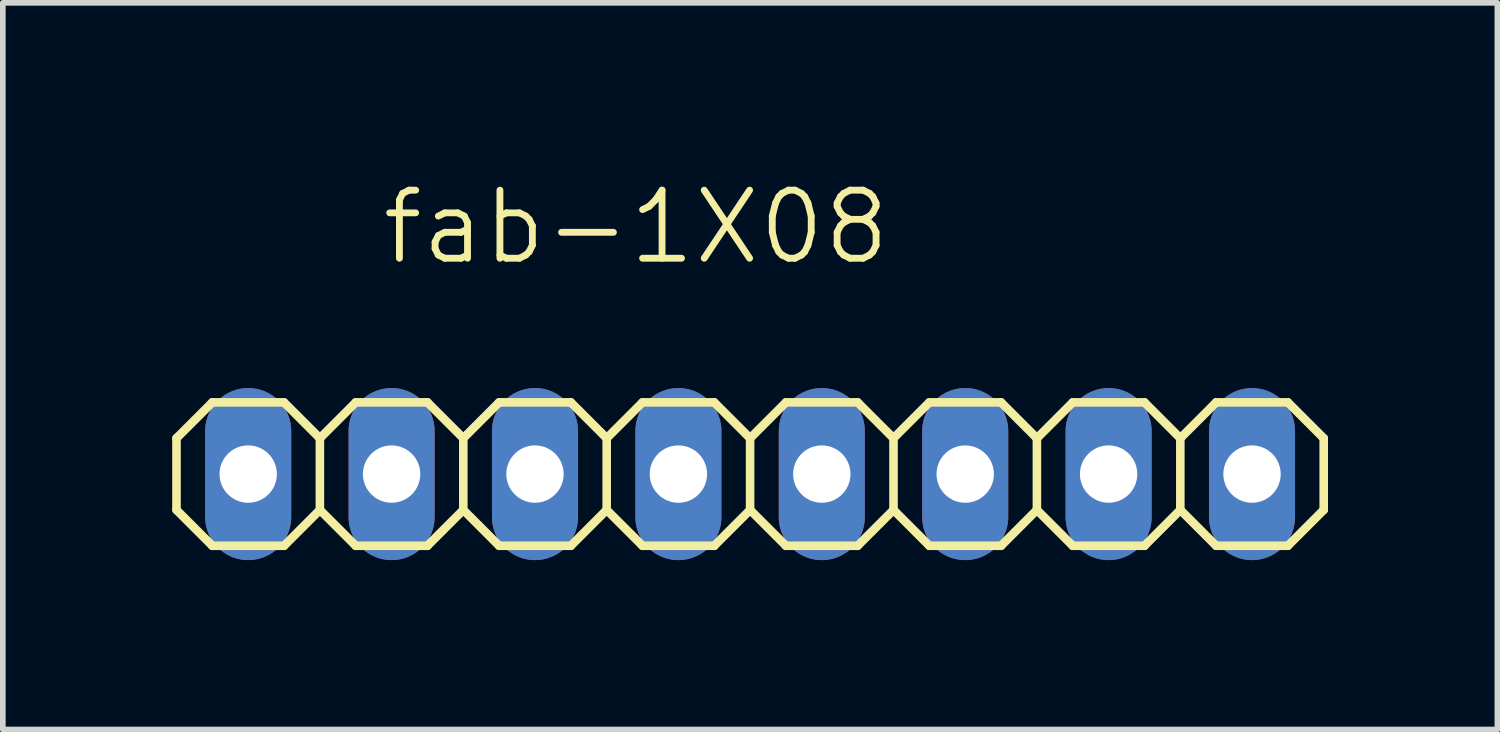
<source format=kicad_pcb>
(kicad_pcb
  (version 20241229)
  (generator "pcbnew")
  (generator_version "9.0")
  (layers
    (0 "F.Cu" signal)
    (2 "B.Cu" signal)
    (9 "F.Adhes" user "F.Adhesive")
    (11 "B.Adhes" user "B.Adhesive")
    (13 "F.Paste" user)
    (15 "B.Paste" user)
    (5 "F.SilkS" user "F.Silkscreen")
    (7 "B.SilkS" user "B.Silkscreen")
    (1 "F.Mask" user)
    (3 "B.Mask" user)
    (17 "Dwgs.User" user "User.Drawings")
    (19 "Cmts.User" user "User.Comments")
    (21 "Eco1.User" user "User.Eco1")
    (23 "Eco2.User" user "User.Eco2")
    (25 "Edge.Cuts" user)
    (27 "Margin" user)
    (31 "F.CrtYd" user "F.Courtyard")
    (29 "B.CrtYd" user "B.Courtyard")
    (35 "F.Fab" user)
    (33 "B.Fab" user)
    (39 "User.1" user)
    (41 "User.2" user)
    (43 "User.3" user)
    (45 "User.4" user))
  (footprint "fab-1X08"
    (layer "F.Cu")
    (at 10.236 5.347)
    (property "Reference" "fab-1X08" (at 2.54 -5.08 180) (layer "F.SilkS") (effects (font (size 1.206 1.206) (thickness 0.121)) (justify right top)))
    (attr through_hole)
    (fp_line (start -10.16 -0.635) (end -10.16 0.635) (stroke (width 0.152) (type solid)) (layer "F.SilkS"))
    (fp_line (start -10.16 0.635) (end -9.525 1.27) (stroke (width 0.152) (type solid)) (layer "F.SilkS"))
    (fp_line (start -9.525 -1.27) (end -10.16 -0.635) (stroke (width 0.152) (type solid)) (layer "F.SilkS"))
    (fp_line (start -9.525 -1.27) (end -8.255 -1.27) (stroke (width 0.152) (type solid)) (layer "F.SilkS"))
    (fp_line (start -8.255 -1.27) (end -7.62 -0.635) (stroke (width 0.152) (type solid)) (layer "F.SilkS"))
    (fp_line (start -8.255 1.27) (end -9.525 1.27) (stroke (width 0.152) (type solid)) (layer "F.SilkS"))
    (fp_line (start -7.62 -0.635) (end -7.62 0.635) (stroke (width 0.152) (type solid)) (layer "F.SilkS"))
    (fp_line (start -7.62 -0.635) (end -6.985 -1.27) (stroke (width 0.152) (type solid)) (layer "F.SilkS"))
    (fp_line (start -7.62 0.635) (end -8.255 1.27) (stroke (width 0.152) (type solid)) (layer "F.SilkS"))
    (fp_line (start -6.985 -1.27) (end -5.715 -1.27) (stroke (width 0.152) (type solid)) (layer "F.SilkS"))
    (fp_line (start -6.985 1.27) (end -7.62 0.635) (stroke (width 0.152) (type solid)) (layer "F.SilkS"))
    (fp_line (start -5.715 -1.27) (end -5.08 -0.635) (stroke (width 0.152) (type solid)) (layer "F.SilkS"))
    (fp_line (start -5.715 1.27) (end -6.985 1.27) (stroke (width 0.152) (type solid)) (layer "F.SilkS"))
    (fp_line (start -5.08 -0.635) (end -5.08 0.635) (stroke (width 0.152) (type solid)) (layer "F.SilkS"))
    (fp_line (start -5.08 -0.635) (end -4.445 -1.27) (stroke (width 0.152) (type solid)) (layer "F.SilkS"))
    (fp_line (start -5.08 0.635) (end -5.715 1.27) (stroke (width 0.152) (type solid)) (layer "F.SilkS"))
    (fp_line (start -4.445 -1.27) (end -3.175 -1.27) (stroke (width 0.152) (type solid)) (layer "F.SilkS"))
    (fp_line (start -4.445 1.27) (end -5.08 0.635) (stroke (width 0.152) (type solid)) (layer "F.SilkS"))
    (fp_line (start -3.175 -1.27) (end -2.54 -0.635) (stroke (width 0.152) (type solid)) (layer "F.SilkS"))
    (fp_line (start -3.175 1.27) (end -4.445 1.27) (stroke (width 0.152) (type solid)) (layer "F.SilkS"))
    (fp_line (start -2.54 -0.635) (end -2.54 0.635) (stroke (width 0.152) (type solid)) (layer "F.SilkS"))
    (fp_line (start -2.54 0.635) (end -3.175 1.27) (stroke (width 0.152) (type solid)) (layer "F.SilkS"))
    (fp_line (start -2.54 0.635) (end -1.905 1.27) (stroke (width 0.152) (type solid)) (layer "F.SilkS"))
    (fp_line (start -1.905 -1.27) (end -2.54 -0.635) (stroke (width 0.152) (type solid)) (layer "F.SilkS"))
    (fp_line (start -1.905 -1.27) (end -0.635 -1.27) (stroke (width 0.152) (type solid)) (layer "F.SilkS"))
    (fp_line (start -0.635 -1.27) (end 0 -0.635) (stroke (width 0.152) (type solid)) (layer "F.SilkS"))
    (fp_line (start -0.635 1.27) (end -1.905 1.27) (stroke (width 0.152) (type solid)) (layer "F.SilkS"))
    (fp_line (start 0 -0.635) (end 0 0.635) (stroke (width 0.152) (type solid)) (layer "F.SilkS"))
    (fp_line (start 0 -0.635) (end 0.635 -1.27) (stroke (width 0.152) (type solid)) (layer "F.SilkS"))
    (fp_line (start 0 0.635) (end -0.635 1.27) (stroke (width 0.152) (type solid)) (layer "F.SilkS"))
    (fp_line (start 0.635 -1.27) (end 1.905 -1.27) (stroke (width 0.152) (type solid)) (layer "F.SilkS"))
    (fp_line (start 0.635 1.27) (end 0 0.635) (stroke (width 0.152) (type solid)) (layer "F.SilkS"))
    (fp_line (start 1.905 -1.27) (end 2.54 -0.635) (stroke (width 0.152) (type solid)) (layer "F.SilkS"))
    (fp_line (start 1.905 1.27) (end 0.635 1.27) (stroke (width 0.152) (type solid)) (layer "F.SilkS"))
    (fp_line (start 2.54 -0.635) (end 2.54 0.635) (stroke (width 0.152) (type solid)) (layer "F.SilkS"))
    (fp_line (start 2.54 -0.635) (end 3.175 -1.27) (stroke (width 0.152) (type solid)) (layer "F.SilkS"))
    (fp_line (start 2.54 0.635) (end 1.905 1.27) (stroke (width 0.152) (type solid)) (layer "F.SilkS"))
    (fp_line (start 3.175 -1.27) (end 4.445 -1.27) (stroke (width 0.152) (type solid)) (layer "F.SilkS"))
    (fp_line (start 3.175 1.27) (end 2.54 0.635) (stroke (width 0.152) (type solid)) (layer "F.SilkS"))
    (fp_line (start 4.445 -1.27) (end 5.08 -0.635) (stroke (width 0.152) (type solid)) (layer "F.SilkS"))
    (fp_line (start 4.445 1.27) (end 3.175 1.27) (stroke (width 0.152) (type solid)) (layer "F.SilkS"))
    (fp_line (start 5.08 -0.635) (end 5.08 0.635) (stroke (width 0.152) (type solid)) (layer "F.SilkS"))
    (fp_line (start 5.08 0.635) (end 4.445 1.27) (stroke (width 0.152) (type solid)) (layer "F.SilkS"))
    (fp_line (start 5.08 0.635) (end 5.715 1.27) (stroke (width 0.152) (type solid)) (layer "F.SilkS"))
    (fp_line (start 5.715 -1.27) (end 5.08 -0.635) (stroke (width 0.152) (type solid)) (layer "F.SilkS"))
    (fp_line (start 5.715 -1.27) (end 6.985 -1.27) (stroke (width 0.152) (type solid)) (layer "F.SilkS"))
    (fp_line (start 6.985 -1.27) (end 7.62 -0.635) (stroke (width 0.152) (type solid)) (layer "F.SilkS"))
    (fp_line (start 6.985 1.27) (end 5.715 1.27) (stroke (width 0.152) (type solid)) (layer "F.SilkS"))
    (fp_line (start 7.62 -0.635) (end 7.62 0.635) (stroke (width 0.152) (type solid)) (layer "F.SilkS"))
    (fp_line (start 7.62 -0.635) (end 8.255 -1.27) (stroke (width 0.152) (type solid)) (layer "F.SilkS"))
    (fp_line (start 7.62 0.635) (end 6.985 1.27) (stroke (width 0.152) (type solid)) (layer "F.SilkS"))
    (fp_line (start 8.255 -1.27) (end 9.525 -1.27) (stroke (width 0.152) (type solid)) (layer "F.SilkS"))
    (fp_line (start 8.255 1.27) (end 7.62 0.635) (stroke (width 0.152) (type solid)) (layer "F.SilkS"))
    (fp_line (start 9.525 -1.27) (end 10.16 -0.635) (stroke (width 0.152) (type solid)) (layer "F.SilkS"))
    (fp_line (start 9.525 1.27) (end 8.255 1.27) (stroke (width 0.152) (type solid)) (layer "F.SilkS"))
    (fp_line (start 10.16 -0.635) (end 10.16 0.635) (stroke (width 0.152) (type solid)) (layer "F.SilkS"))
    (fp_line (start 10.16 0.635) (end 9.525 1.27) (stroke (width 0.152) (type solid)) (layer "F.SilkS"))
    (fp_poly (pts (xy -9.144 0.254) (xy -8.636 0.254) (xy -8.636 -0.254) (xy -9.144 -0.254)) (stroke (width 0.1) (type solid)) (fill no) (layer "F.Fab"))
    (fp_poly (pts (xy -6.604 0.254) (xy -6.096 0.254) (xy -6.096 -0.254) (xy -6.604 -0.254)) (stroke (width 0.1) (type solid)) (fill no) (layer "F.Fab"))
    (fp_poly (pts (xy -4.064 0.254) (xy -3.556 0.254) (xy -3.556 -0.254) (xy -4.064 -0.254)) (stroke (width 0.1) (type solid)) (fill no) (layer "F.Fab"))
    (fp_poly (pts (xy -1.524 0.254) (xy -1.016 0.254) (xy -1.016 -0.254) (xy -1.524 -0.254)) (stroke (width 0.1) (type solid)) (fill no) (layer "F.Fab"))
    (fp_poly (pts (xy 1.016 0.254) (xy 1.524 0.254) (xy 1.524 -0.254) (xy 1.016 -0.254)) (stroke (width 0.1) (type solid)) (fill no) (layer "F.Fab"))
    (fp_poly (pts (xy 3.556 0.254) (xy 4.064 0.254) (xy 4.064 -0.254) (xy 3.556 -0.254)) (stroke (width 0.1) (type solid)) (fill no) (layer "F.Fab"))
    (fp_poly (pts (xy 6.096 0.254) (xy 6.604 0.254) (xy 6.604 -0.254) (xy 6.096 -0.254)) (stroke (width 0.1) (type solid)) (fill no) (layer "F.Fab"))
    (fp_poly (pts (xy 8.636 0.254) (xy 9.144 0.254) (xy 9.144 -0.254) (xy 8.636 -0.254)) (stroke (width 0.1) (type solid)) (fill no) (layer "F.Fab"))
    (pad "1" thru_hole oval (at -8.89 0 90) (size 3.048 1.524) (drill 1.016) (layers "*.Cu" "*.Mask"))
    (pad "2" thru_hole oval (at -6.35 0 90) (size 3.048 1.524) (drill 1.016) (layers "*.Cu" "*.Mask"))
    (pad "3" thru_hole oval (at -3.81 0 90) (size 3.048 1.524) (drill 1.016) (layers "*.Cu" "*.Mask"))
    (pad "4" thru_hole oval (at -1.27 0 90) (size 3.048 1.524) (drill 1.016) (layers "*.Cu" "*.Mask"))
    (pad "5" thru_hole oval (at 1.27 0 90) (size 3.048 1.524) (drill 1.016) (layers "*.Cu" "*.Mask"))
    (pad "6" thru_hole oval (at 3.81 0 90) (size 3.048 1.524) (drill 1.016) (layers "*.Cu" "*.Mask"))
    (pad "7" thru_hole oval (at 6.35 0 90) (size 3.048 1.524) (drill 1.016) (layers "*.Cu" "*.Mask"))
    (pad "8" thru_hole oval (at 8.89 0 90) (size 3.048 1.524) (drill 1.016) (layers "*.Cu" "*.Mask")))
  (gr_rect
    (start -3 -3)
    (end 23.472 9.871)
    (stroke (width 0.1) (type default))
    (fill no)
    (layer "Edge.Cuts")))
</source>
